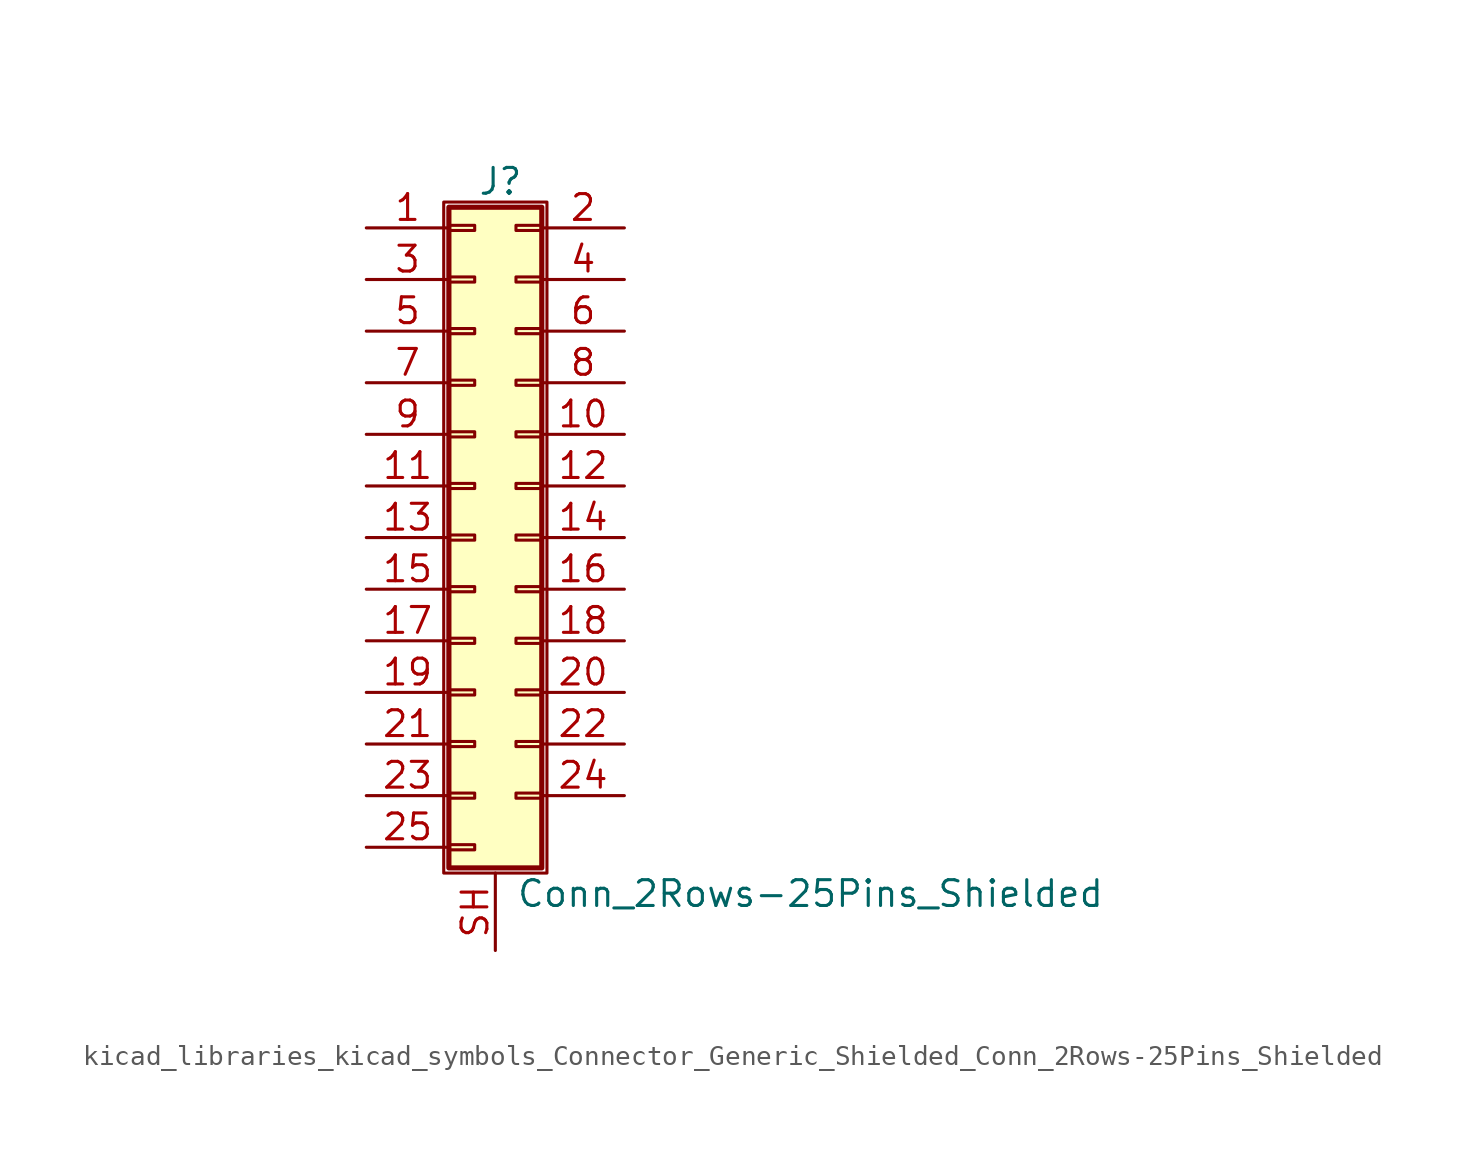
<source format=kicad_sym>
(kicad_symbol_lib
  (version 20220914)
  (generator kicad_symbol_editor)
  (symbol "kicad_libraries_kicad_symbols_Connector_Generic_Shielded_Conn_2Rows-25Pins_Shielded"
    (pin_names
      (offset 1.016) hide)
    (property "Reference" "J"
      (at 1.524 17.526 0)
      (effects (font (size 1.27 1.27))))
    (property "Value" "Conn_2Rows-25Pins_Shielded"
      (at 2.286 -17.526 0)
      (effects (font (size 1.27 1.27)) (justify left)))
    (symbol "kicad_libraries_kicad_symbols_Connector_Generic_Shielded_Conn_2Rows-25Pins_Shielded_1_1"
      (rectangle (start -1.27 16.51) (end 3.81 -16.51) (stroke (width 0.152) (type default)) (fill (type none)))
      (rectangle (start -1.016 -15.113) (end 0.254 -15.367) (stroke (width 0.152) (type default)) (fill (type none)))
      (rectangle (start -1.016 -12.573) (end 0.254 -12.827) (stroke (width 0.152) (type default)) (fill (type none)))
      (rectangle (start -1.016 -10.033) (end 0.254 -10.287) (stroke (width 0.152) (type default)) (fill (type none)))
      (rectangle (start -1.016 -7.493) (end 0.254 -7.747) (stroke (width 0.152) (type default)) (fill (type none)))
      (rectangle (start -1.016 -4.953) (end 0.254 -5.207) (stroke (width 0.152) (type default)) (fill (type none)))
      (rectangle (start -1.016 -2.413) (end 0.254 -2.667) (stroke (width 0.152) (type default)) (fill (type none)))
      (rectangle (start -1.016 0.127) (end 0.254 -0.127) (stroke (width 0.152) (type default)) (fill (type none)))
      (rectangle (start -1.016 2.667) (end 0.254 2.413) (stroke (width 0.152) (type default)) (fill (type none)))
      (rectangle (start -1.016 5.207) (end 0.254 4.953) (stroke (width 0.152) (type default)) (fill (type none)))
      (rectangle (start -1.016 7.747) (end 0.254 7.493) (stroke (width 0.152) (type default)) (fill (type none)))
      (rectangle (start -1.016 10.287) (end 0.254 10.033) (stroke (width 0.152) (type default)) (fill (type none)))
      (rectangle (start -1.016 12.827) (end 0.254 12.573) (stroke (width 0.152) (type default)) (fill (type none)))
      (rectangle (start -1.016 15.367) (end 0.254 15.113) (stroke (width 0.152) (type default)) (fill (type none)))
      (rectangle (start -1.016 16.256) (end 3.556 -16.256) (stroke (width 0.254) (type default)) (fill (type background)))
      (rectangle (start 3.556 -12.573) (end 2.286 -12.827) (stroke (width 0.152) (type default)) (fill (type none)))
      (rectangle (start 3.556 -10.033) (end 2.286 -10.287) (stroke (width 0.152) (type default)) (fill (type none)))
      (rectangle (start 3.556 -7.493) (end 2.286 -7.747) (stroke (width 0.152) (type default)) (fill (type none)))
      (rectangle (start 3.556 -4.953) (end 2.286 -5.207) (stroke (width 0.152) (type default)) (fill (type none)))
      (rectangle (start 3.556 -2.413) (end 2.286 -2.667) (stroke (width 0.152) (type default)) (fill (type none)))
      (rectangle (start 3.556 0.127) (end 2.286 -0.127) (stroke (width 0.152) (type default)) (fill (type none)))
      (rectangle (start 3.556 2.667) (end 2.286 2.413) (stroke (width 0.152) (type default)) (fill (type none)))
      (rectangle (start 3.556 5.207) (end 2.286 4.953) (stroke (width 0.152) (type default)) (fill (type none)))
      (rectangle (start 3.556 7.747) (end 2.286 7.493) (stroke (width 0.152) (type default)) (fill (type none)))
      (rectangle (start 3.556 10.287) (end 2.286 10.033) (stroke (width 0.152) (type default)) (fill (type none)))
      (rectangle (start 3.556 12.827) (end 2.286 12.573) (stroke (width 0.152) (type default)) (fill (type none)))
      (rectangle (start 3.556 15.367) (end 2.286 15.113) (stroke (width 0.152) (type default)) (fill (type none)))
      (pin passive line (at -5.08 15.24 0) (length 4.064) (name "Pin_1" (effects (font (size 1.27 1.27)))) (number "1" (effects (font (size 1.27 1.27)))))
      (pin passive line (at 7.62 5.08 180) (length 4.064) (name "Pin_10" (effects (font (size 1.27 1.27)))) (number "10" (effects (font (size 1.27 1.27)))))
      (pin passive line (at -5.08 2.54 0) (length 4.064) (name "Pin_11" (effects (font (size 1.27 1.27)))) (number "11" (effects (font (size 1.27 1.27)))))
      (pin passive line (at 7.62 2.54 180) (length 4.064) (name "Pin_12" (effects (font (size 1.27 1.27)))) (number "12" (effects (font (size 1.27 1.27)))))
      (pin passive line (at -5.08 0 0) (length 4.064) (name "Pin_13" (effects (font (size 1.27 1.27)))) (number "13" (effects (font (size 1.27 1.27)))))
      (pin passive line (at 7.62 0 180) (length 4.064) (name "Pin_14" (effects (font (size 1.27 1.27)))) (number "14" (effects (font (size 1.27 1.27)))))
      (pin passive line (at -5.08 -2.54 0) (length 4.064) (name "Pin_15" (effects (font (size 1.27 1.27)))) (number "15" (effects (font (size 1.27 1.27)))))
      (pin passive line (at 7.62 -2.54 180) (length 4.064) (name "Pin_16" (effects (font (size 1.27 1.27)))) (number "16" (effects (font (size 1.27 1.27)))))
      (pin passive line (at -5.08 -5.08 0) (length 4.064) (name "Pin_17" (effects (font (size 1.27 1.27)))) (number "17" (effects (font (size 1.27 1.27)))))
      (pin passive line (at 7.62 -5.08 180) (length 4.064) (name "Pin_18" (effects (font (size 1.27 1.27)))) (number "18" (effects (font (size 1.27 1.27)))))
      (pin passive line (at -5.08 -7.62 0) (length 4.064) (name "Pin_19" (effects (font (size 1.27 1.27)))) (number "19" (effects (font (size 1.27 1.27)))))
      (pin passive line (at 7.62 15.24 180) (length 4.064) (name "Pin_2" (effects (font (size 1.27 1.27)))) (number "2" (effects (font (size 1.27 1.27)))))
      (pin passive line (at 7.62 -7.62 180) (length 4.064) (name "Pin_20" (effects (font (size 1.27 1.27)))) (number "20" (effects (font (size 1.27 1.27)))))
      (pin passive line (at -5.08 -10.16 0) (length 4.064) (name "Pin_21" (effects (font (size 1.27 1.27)))) (number "21" (effects (font (size 1.27 1.27)))))
      (pin passive line (at 7.62 -10.16 180) (length 4.064) (name "Pin_22" (effects (font (size 1.27 1.27)))) (number "22" (effects (font (size 1.27 1.27)))))
      (pin passive line (at -5.08 -12.7 0) (length 4.064) (name "Pin_23" (effects (font (size 1.27 1.27)))) (number "23" (effects (font (size 1.27 1.27)))))
      (pin passive line (at 7.62 -12.7 180) (length 4.064) (name "Pin_24" (effects (font (size 1.27 1.27)))) (number "24" (effects (font (size 1.27 1.27)))))
      (pin passive line (at -5.08 -15.24 0) (length 4.064) (name "Pin_25" (effects (font (size 1.27 1.27)))) (number "25" (effects (font (size 1.27 1.27)))))
      (pin passive line (at -5.08 12.7 0) (length 4.064) (name "Pin_3" (effects (font (size 1.27 1.27)))) (number "3" (effects (font (size 1.27 1.27)))))
      (pin passive line (at 7.62 12.7 180) (length 4.064) (name "Pin_4" (effects (font (size 1.27 1.27)))) (number "4" (effects (font (size 1.27 1.27)))))
      (pin passive line (at -5.08 10.16 0) (length 4.064) (name "Pin_5" (effects (font (size 1.27 1.27)))) (number "5" (effects (font (size 1.27 1.27)))))
      (pin passive line (at 7.62 10.16 180) (length 4.064) (name "Pin_6" (effects (font (size 1.27 1.27)))) (number "6" (effects (font (size 1.27 1.27)))))
      (pin passive line (at -5.08 7.62 0) (length 4.064) (name "Pin_7" (effects (font (size 1.27 1.27)))) (number "7" (effects (font (size 1.27 1.27)))))
      (pin passive line (at 7.62 7.62 180) (length 4.064) (name "Pin_8" (effects (font (size 1.27 1.27)))) (number "8" (effects (font (size 1.27 1.27)))))
      (pin passive line (at -5.08 5.08 0) (length 4.064) (name "Pin_9" (effects (font (size 1.27 1.27)))) (number "9" (effects (font (size 1.27 1.27)))))
      (pin passive line (at 1.27 -20.32 90) (length 3.81) (name "Shield" (effects (font (size 1.27 1.27)))) (number "SH" (effects (font (size 1.27 1.27))))))))
</source>
